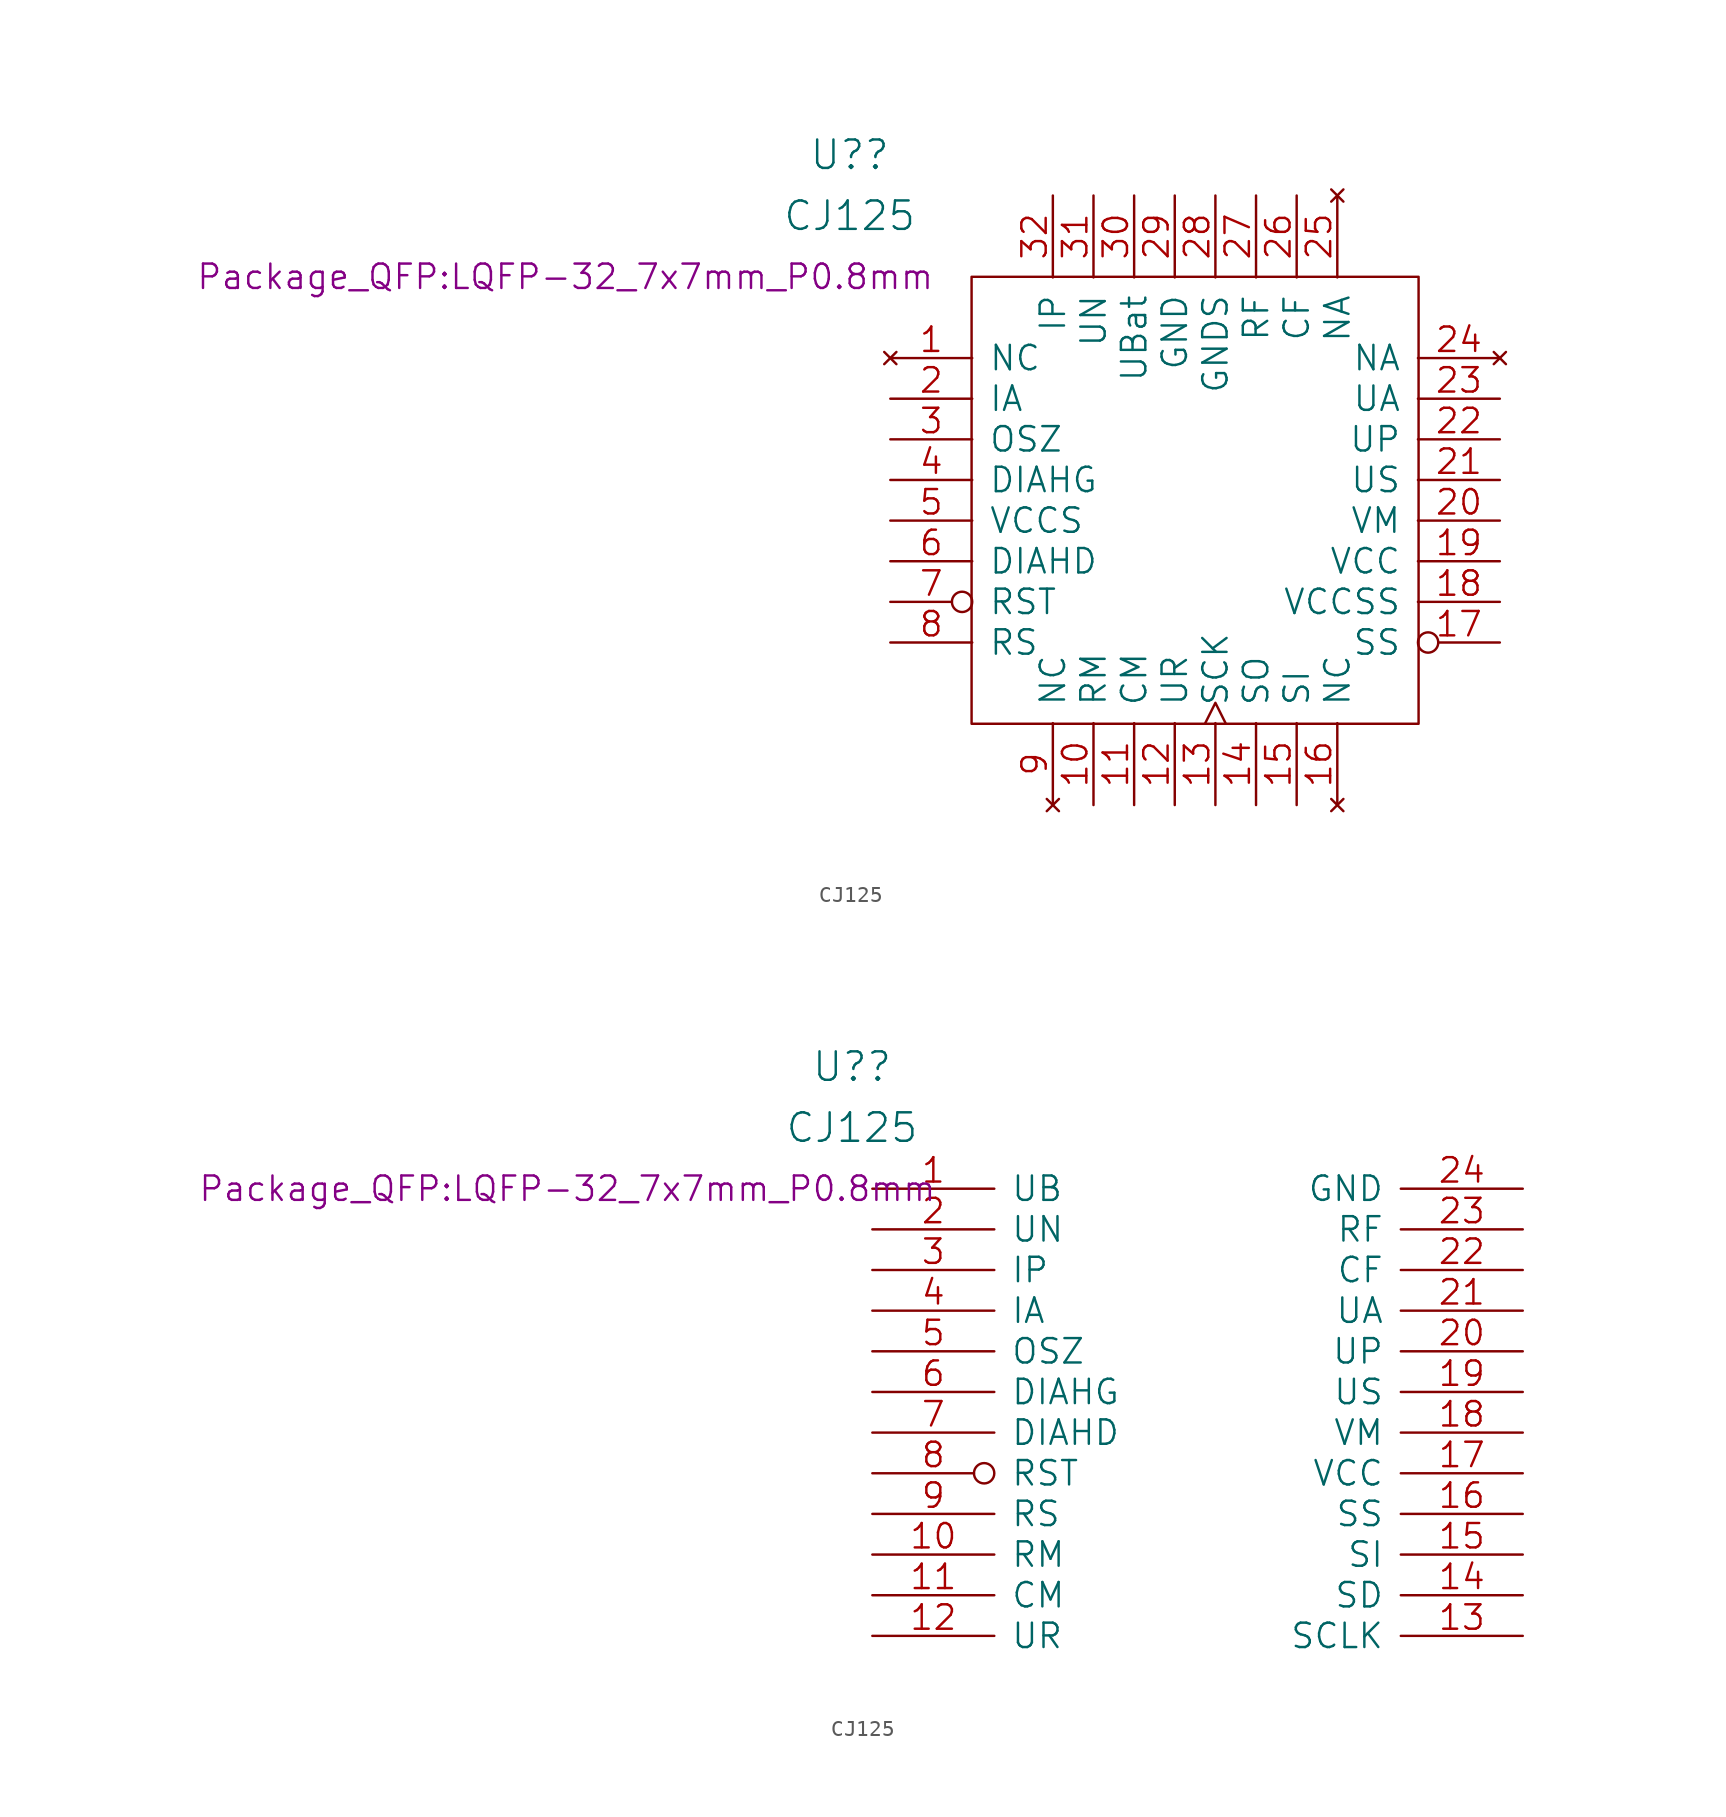
<source format=kicad_sym>
(kicad_symbol_lib
  (version 20220914)
  (generator kicad_symbol_editor)
  (symbol "CJ125"
    (pin_names
      (offset 1.016))
    (property "Reference" "U?"
      (at -21.59 21.59 0)
      (effects (font (size 1.778 1.778))))
    (property "Value" "CJ125"
      (at -21.59 17.78 0)
      (effects (font (size 1.778 1.778))))
    (property "Footprint" "Package_QFP:LQFP-32_7x7mm_P0.8mm"
      (at -39.37 13.97 0)
      (effects (font (size 1.524 1.524))))
    (symbol "CJ125_0_1"
      (rectangle (start -13.97 13.97) (end 13.97 -13.97) (stroke (width 0) (type solid)) (fill (type none))))
    (symbol "CJ125_1_1"
      (pin no_connect line (at -19.05 8.89 0) (length 5.12) (name "NC" (effects (font (size 1.524 1.524)))) (number "1" (effects (font (size 1.524 1.524)))))
      (pin output line (at -6.35 -19.05 90) (length 5.12) (name "RM" (effects (font (size 1.524 1.524)))) (number "10" (effects (font (size 1.524 1.524)))))
      (pin input line (at -3.81 -19.05 90) (length 5.12) (name "CM" (effects (font (size 1.524 1.524)))) (number "11" (effects (font (size 1.524 1.524)))))
      (pin output line (at -1.27 -19.05 90) (length 5.12) (name "UR" (effects (font (size 1.524 1.524)))) (number "12" (effects (font (size 1.524 1.524)))))
      (pin input clock (at 1.27 -19.05 90) (length 5.12) (name "SCK" (effects (font (size 1.524 1.524)))) (number "13" (effects (font (size 1.524 1.524)))))
      (pin output line (at 3.81 -19.05 90) (length 5.12) (name "SO" (effects (font (size 1.524 1.524)))) (number "14" (effects (font (size 1.524 1.524)))))
      (pin input line (at 6.35 -19.05 90) (length 5.12) (name "SI" (effects (font (size 1.524 1.524)))) (number "15" (effects (font (size 1.524 1.524)))))
      (pin no_connect line (at 8.89 -19.05 90) (length 5.12) (name "NC" (effects (font (size 1.524 1.524)))) (number "16" (effects (font (size 1.524 1.524)))))
      (pin input inverted (at 19.05 -8.89 180) (length 5.12) (name "SS" (effects (font (size 1.524 1.524)))) (number "17" (effects (font (size 1.524 1.524)))))
      (pin power_in line (at 19.05 -6.35 180) (length 5.12) (name "VCCSS" (effects (font (size 1.524 1.524)))) (number "18" (effects (font (size 1.524 1.524)))))
      (pin power_in line (at 19.05 -3.81 180) (length 5.12) (name "VCC" (effects (font (size 1.524 1.524)))) (number "19" (effects (font (size 1.524 1.524)))))
      (pin passive line (at -19.05 6.35 0) (length 5.12) (name "IA" (effects (font (size 1.524 1.524)))) (number "2" (effects (font (size 1.524 1.524)))))
      (pin output line (at 19.05 -1.27 180) (length 5.12) (name "VM" (effects (font (size 1.524 1.524)))) (number "20" (effects (font (size 1.524 1.524)))))
      (pin passive line (at 19.05 1.27 180) (length 5.12) (name "US" (effects (font (size 1.524 1.524)))) (number "21" (effects (font (size 1.524 1.524)))))
      (pin output line (at 19.05 3.81 180) (length 5.12) (name "UP" (effects (font (size 1.524 1.524)))) (number "22" (effects (font (size 1.524 1.524)))))
      (pin passive line (at 19.05 6.35 180) (length 5.12) (name "UA" (effects (font (size 1.524 1.524)))) (number "23" (effects (font (size 1.524 1.524)))))
      (pin no_connect line (at 19.05 8.89 180) (length 5.12) (name "NA" (effects (font (size 1.524 1.524)))) (number "24" (effects (font (size 1.524 1.524)))))
      (pin no_connect line (at 8.89 19.05 270) (length 5.12) (name "NA" (effects (font (size 1.524 1.524)))) (number "25" (effects (font (size 1.524 1.524)))))
      (pin input line (at 6.35 19.05 270) (length 5.12) (name "CF" (effects (font (size 1.524 1.524)))) (number "26" (effects (font (size 1.524 1.524)))))
      (pin output line (at 3.81 19.05 270) (length 5.12) (name "RF" (effects (font (size 1.524 1.524)))) (number "27" (effects (font (size 1.524 1.524)))))
      (pin power_in line (at 1.27 19.05 270) (length 5.12) (name "GNDS" (effects (font (size 1.524 1.524)))) (number "28" (effects (font (size 1.524 1.524)))))
      (pin power_in line (at -1.27 19.05 270) (length 5.12) (name "GND" (effects (font (size 1.524 1.524)))) (number "29" (effects (font (size 1.524 1.524)))))
      (pin passive line (at -19.05 3.81 0) (length 5.12) (name "OSZ" (effects (font (size 1.524 1.524)))) (number "3" (effects (font (size 1.524 1.524)))))
      (pin power_in line (at -3.81 19.05 270) (length 5.12) (name "UBat" (effects (font (size 1.524 1.524)))) (number "30" (effects (font (size 1.524 1.524)))))
      (pin bidirectional line (at -6.35 19.05 270) (length 5.12) (name "UN" (effects (font (size 1.524 1.524)))) (number "31" (effects (font (size 1.524 1.524)))))
      (pin input line (at -8.89 19.05 270) (length 5.12) (name "IP" (effects (font (size 1.524 1.524)))) (number "32" (effects (font (size 1.524 1.524)))))
      (pin passive line (at -19.05 1.27 0) (length 5.12) (name "DIAHG" (effects (font (size 1.524 1.524)))) (number "4" (effects (font (size 1.524 1.524)))))
      (pin power_in line (at -19.05 -1.27 0) (length 5.12) (name "VCCS" (effects (font (size 1.524 1.524)))) (number "5" (effects (font (size 1.524 1.524)))))
      (pin input line (at -19.05 -3.81 0) (length 5.12) (name "DIAHD" (effects (font (size 1.524 1.524)))) (number "6" (effects (font (size 1.524 1.524)))))
      (pin passive inverted (at -19.05 -6.35 0) (length 5.12) (name "RST" (effects (font (size 1.524 1.524)))) (number "7" (effects (font (size 1.524 1.524)))))
      (pin bidirectional line (at -19.05 -8.89 0) (length 5.12) (name "RS" (effects (font (size 1.524 1.524)))) (number "8" (effects (font (size 1.524 1.524)))))
      (pin no_connect line (at -8.89 -19.05 90) (length 5.12) (name "NC" (effects (font (size 1.524 1.524)))) (number "9" (effects (font (size 1.524 1.524))))))
    (symbol "CJ125_1_2"
      (pin passive line (at -20.32 13.97 0) (length 7.62) (name "UB" (effects (font (size 1.524 1.524)))) (number "1" (effects (font (size 1.524 1.524)))))
      (pin passive line (at -20.32 -8.89 0) (length 7.62) (name "RM" (effects (font (size 1.524 1.524)))) (number "10" (effects (font (size 1.524 1.524)))))
      (pin passive line (at -20.32 -11.43 0) (length 7.62) (name "CM" (effects (font (size 1.524 1.524)))) (number "11" (effects (font (size 1.524 1.524)))))
      (pin passive line (at -20.32 -13.97 0) (length 7.62) (name "UR" (effects (font (size 1.524 1.524)))) (number "12" (effects (font (size 1.524 1.524)))))
      (pin passive line (at 20.32 -13.97 180) (length 7.62) (name "SCLK" (effects (font (size 1.524 1.524)))) (number "13" (effects (font (size 1.524 1.524)))))
      (pin passive line (at 20.32 -11.43 180) (length 7.62) (name "SD" (effects (font (size 1.524 1.524)))) (number "14" (effects (font (size 1.524 1.524)))))
      (pin passive line (at 20.32 -8.89 180) (length 7.62) (name "SI" (effects (font (size 1.524 1.524)))) (number "15" (effects (font (size 1.524 1.524)))))
      (pin passive line (at 20.32 -6.35 180) (length 7.62) (name "SS" (effects (font (size 1.524 1.524)))) (number "16" (effects (font (size 1.524 1.524)))))
      (pin passive line (at 20.32 -3.81 180) (length 7.62) (name "VCC" (effects (font (size 1.524 1.524)))) (number "17" (effects (font (size 1.524 1.524)))))
      (pin passive line (at 20.32 -1.27 180) (length 7.62) (name "VM" (effects (font (size 1.524 1.524)))) (number "18" (effects (font (size 1.524 1.524)))))
      (pin passive line (at 20.32 1.27 180) (length 7.62) (name "US" (effects (font (size 1.524 1.524)))) (number "19" (effects (font (size 1.524 1.524)))))
      (pin passive line (at -20.32 11.43 0) (length 7.62) (name "UN" (effects (font (size 1.524 1.524)))) (number "2" (effects (font (size 1.524 1.524)))))
      (pin passive line (at 20.32 3.81 180) (length 7.62) (name "UP" (effects (font (size 1.524 1.524)))) (number "20" (effects (font (size 1.524 1.524)))))
      (pin passive line (at 20.32 6.35 180) (length 7.62) (name "UA" (effects (font (size 1.524 1.524)))) (number "21" (effects (font (size 1.524 1.524)))))
      (pin passive line (at 20.32 8.89 180) (length 7.62) (name "CF" (effects (font (size 1.524 1.524)))) (number "22" (effects (font (size 1.524 1.524)))))
      (pin passive line (at 20.32 11.43 180) (length 7.62) (name "RF" (effects (font (size 1.524 1.524)))) (number "23" (effects (font (size 1.524 1.524)))))
      (pin passive line (at 20.32 13.97 180) (length 7.62) (name "GND" (effects (font (size 1.524 1.524)))) (number "24" (effects (font (size 1.524 1.524)))))
      (pin passive line (at -20.32 8.89 0) (length 7.62) (name "IP" (effects (font (size 1.524 1.524)))) (number "3" (effects (font (size 1.524 1.524)))))
      (pin passive line (at -20.32 6.35 0) (length 7.62) (name "IA" (effects (font (size 1.524 1.524)))) (number "4" (effects (font (size 1.524 1.524)))))
      (pin passive line (at -20.32 3.81 0) (length 7.62) (name "OSZ" (effects (font (size 1.524 1.524)))) (number "5" (effects (font (size 1.524 1.524)))))
      (pin passive line (at -20.32 1.27 0) (length 7.62) (name "DIAHG" (effects (font (size 1.524 1.524)))) (number "6" (effects (font (size 1.524 1.524)))))
      (pin passive line (at -20.32 -1.27 0) (length 7.62) (name "DIAHD" (effects (font (size 1.524 1.524)))) (number "7" (effects (font (size 1.524 1.524)))))
      (pin passive inverted (at -20.32 -3.81 0) (length 7.62) (name "RST" (effects (font (size 1.524 1.524)))) (number "8" (effects (font (size 1.524 1.524)))))
      (pin passive line (at -20.32 -6.35 0) (length 7.62) (name "RS" (effects (font (size 1.524 1.524)))) (number "9" (effects (font (size 1.524 1.524))))))))
</source>
